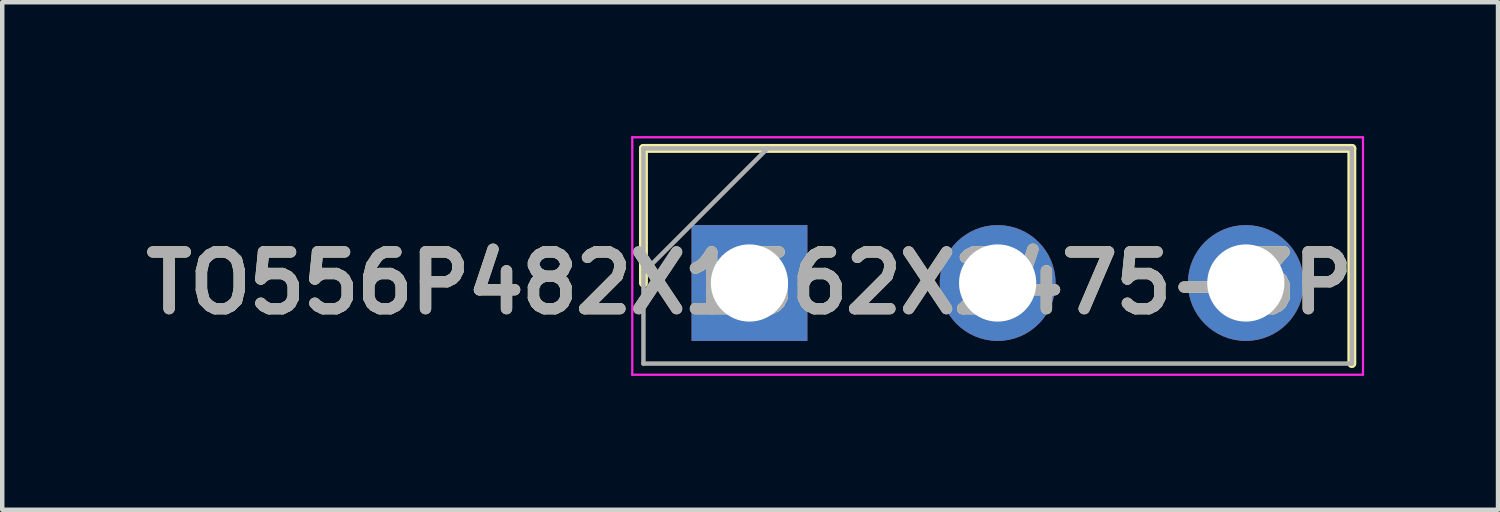
<source format=kicad_pcb>
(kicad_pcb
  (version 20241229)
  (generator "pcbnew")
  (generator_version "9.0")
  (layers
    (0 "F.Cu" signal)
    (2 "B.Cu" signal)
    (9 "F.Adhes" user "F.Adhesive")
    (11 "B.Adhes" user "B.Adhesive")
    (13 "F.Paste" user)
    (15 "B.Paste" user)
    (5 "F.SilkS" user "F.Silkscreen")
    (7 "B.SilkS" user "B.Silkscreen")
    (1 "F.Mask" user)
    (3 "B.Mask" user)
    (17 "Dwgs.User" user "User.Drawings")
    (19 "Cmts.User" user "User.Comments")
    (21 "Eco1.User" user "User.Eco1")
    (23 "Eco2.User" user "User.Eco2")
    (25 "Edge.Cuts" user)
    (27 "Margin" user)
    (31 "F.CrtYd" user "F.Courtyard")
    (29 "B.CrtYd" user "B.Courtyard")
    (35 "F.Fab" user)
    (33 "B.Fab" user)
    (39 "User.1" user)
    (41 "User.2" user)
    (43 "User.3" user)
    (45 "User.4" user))
  (footprint "TO556P482X1562X2475-3P"
    (layer "F.Cu")
    (at 13.74 3.29)
    (property "Reference" "TO556P482X1562X2475-3P" (at 0 0 0) (layer "F.SilkS") (effects (font (size 1.27 1.27) (thickness 0.254))))
    (attr through_hole)
    (fp_line (start -2.375 -3.015) (end -2.375 0) (stroke (width 0.2) (type solid)) (layer "F.SilkS"))
    (fp_line (start 13.495 -3.015) (end -2.375 -3.015) (stroke (width 0.2) (type solid)) (layer "F.SilkS"))
    (fp_line (start 13.495 1.805) (end 13.495 -3.015) (stroke (width 0.2) (type solid)) (layer "F.SilkS"))
    (fp_line (start -2.625 -3.265) (end 13.745 -3.265) (stroke (width 0.05) (type solid)) (layer "F.CrtYd"))
    (fp_line (start -2.625 2.055) (end -2.625 -3.265) (stroke (width 0.05) (type solid)) (layer "F.CrtYd"))
    (fp_line (start 13.745 -3.265) (end 13.745 2.055) (stroke (width 0.05) (type solid)) (layer "F.CrtYd"))
    (fp_line (start 13.745 2.055) (end -2.625 2.055) (stroke (width 0.05) (type solid)) (layer "F.CrtYd"))
    (fp_line (start -2.375 -3.015) (end 13.495 -3.015) (stroke (width 0.1) (type solid)) (layer "F.Fab"))
    (fp_line (start -2.375 -0.235) (end 0.405 -3.015) (stroke (width 0.1) (type solid)) (layer "F.Fab"))
    (fp_line (start -2.375 1.805) (end -2.375 -3.015) (stroke (width 0.1) (type solid)) (layer "F.Fab"))
    (fp_line (start 13.495 -3.015) (end 13.495 1.805) (stroke (width 0.1) (type solid)) (layer "F.Fab"))
    (fp_line (start 13.495 1.805) (end -2.375 1.805) (stroke (width 0.1) (type solid)) (layer "F.Fab"))
    (fp_text user "${REFERENCE}" (at 0 0 0) (layer "F.Fab") (effects (font (size 1.27 1.27) (thickness 0.254))))
    (pad "1" thru_hole rect (at 0 0) (size 2.595 2.595) (drill 1.73) (layers "*.Cu" "*.Mask"))
    (pad "2" thru_hole circle (at 5.56 0) (size 2.595 2.595) (drill 1.73) (layers "*.Cu" "*.Mask"))
    (pad "3" thru_hole circle (at 11.12 0) (size 2.595 2.595) (drill 1.73) (layers "*.Cu" "*.Mask")))
  (gr_rect
    (start -3 -3)
    (end 30.51 8.37)
    (stroke (width 0.1) (type default))
    (fill no)
    (layer "Edge.Cuts")))
</source>
